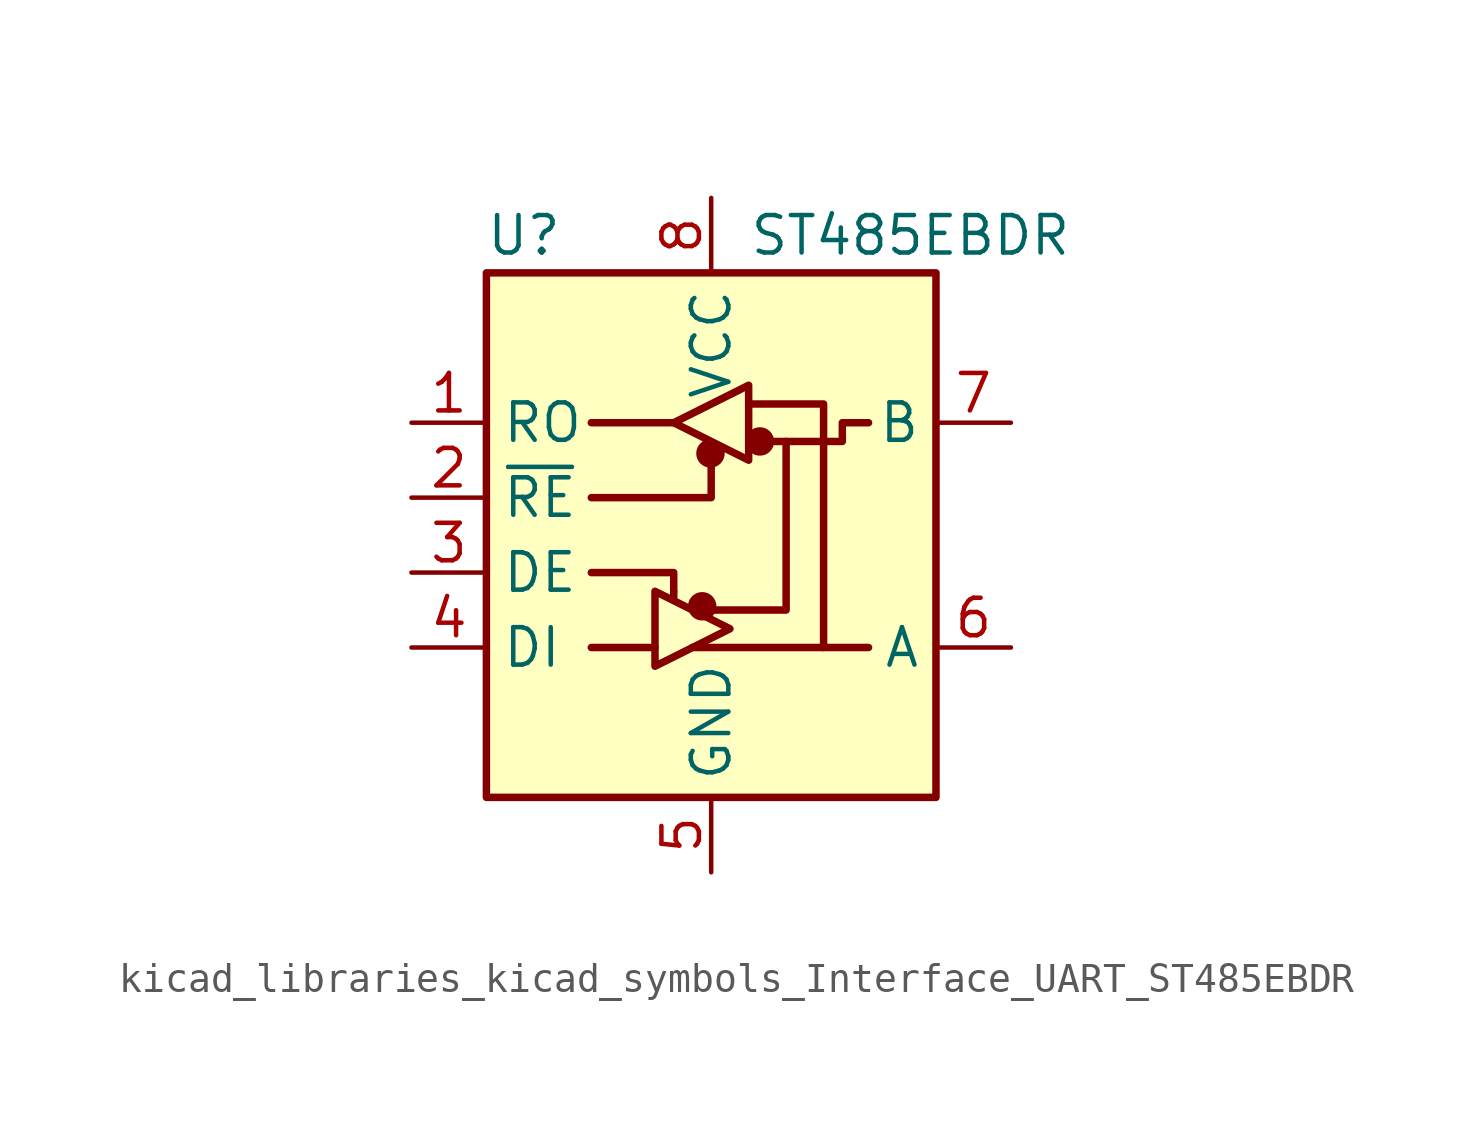
<source format=kicad_sym>
(kicad_symbol_lib
  (version 20220914)
  (generator kicad_symbol_editor)
  (symbol "kicad_libraries_kicad_symbols_Interface_UART_ST485EBDR"
    (property "Reference" "U"
      (at -6.35 8.89 0)
      (effects (font (size 1.27 1.27))))
    (property "Value" "ST485EBDR"
      (at 1.27 8.89 0)
      (effects (font (size 1.27 1.27)) (justify left)))
    (symbol "kicad_libraries_kicad_symbols_Interface_UART_ST485EBDR_0_1"
      (rectangle (start -7.62 7.62) (end 7.62 -10.16) (stroke (width 0.254) (type default)) (fill (type background)))
      (circle (center -0.305 -3.683) (radius 0.356) (stroke (width 0.254) (type default)) (fill (type outline)))
      (circle (center -0.025 1.499) (radius 0.356) (stroke (width 0.254) (type default)) (fill (type outline)))
      (polyline (pts (xy -4.064 -5.08) (xy -1.905 -5.08)) (stroke (width 0.254) (type default)) (fill (type none)))
      (polyline (pts (xy -4.064 2.54) (xy -1.27 2.54)) (stroke (width 0.254) (type default)) (fill (type none)))
      (polyline (pts (xy -1.27 -3.2) (xy -1.27 -3.454)) (stroke (width 0.254) (type default)) (fill (type none)))
      (polyline (pts (xy -0.635 -5.08) (xy 5.334 -5.08)) (stroke (width 0.254) (type default)) (fill (type none)))
      (polyline (pts (xy -4.064 -2.54) (xy -1.27 -2.54) (xy -1.27 -3.175)) (stroke (width 0.254) (type default)) (fill (type none)))
      (polyline (pts (xy 0 1.27) (xy 0 0) (xy -4.064 0)) (stroke (width 0.254) (type default)) (fill (type none)))
      (polyline (pts (xy 1.27 3.175) (xy 3.81 3.175) (xy 3.81 -5.08)) (stroke (width 0.254) (type default)) (fill (type none)))
      (polyline (pts (xy 2.54 1.905) (xy 2.54 -3.81) (xy 0 -3.81)) (stroke (width 0.254) (type default)) (fill (type none)))
      (polyline (pts (xy -1.905 -3.175) (xy -1.905 -5.715) (xy 0.635 -4.445) (xy -1.905 -3.175)) (stroke (width 0.254) (type default)) (fill (type none)))
      (polyline (pts (xy -1.27 2.54) (xy 1.27 3.81) (xy 1.27 1.27) (xy -1.27 2.54)) (stroke (width 0.254) (type default)) (fill (type none)))
      (polyline (pts (xy 1.905 1.905) (xy 4.445 1.905) (xy 4.445 2.54) (xy 5.334 2.54)) (stroke (width 0.254) (type default)) (fill (type none)))
      (rectangle (start 1.27 3.175) (end 1.27 3.175) (stroke (width 0) (type default)) (fill (type none)))
      (circle (center 1.651 1.905) (radius 0.356) (stroke (width 0.254) (type default)) (fill (type outline))))
    (symbol "kicad_libraries_kicad_symbols_Interface_UART_ST485EBDR_1_1"
      (pin output line (at -10.16 2.54 0) (length 2.54) (name "RO" (effects (font (size 1.27 1.27)))) (number "1" (effects (font (size 1.27 1.27)))))
      (pin input line (at -10.16 0 0) (length 2.54) (name "~{RE}" (effects (font (size 1.27 1.27)))) (number "2" (effects (font (size 1.27 1.27)))))
      (pin input line (at -10.16 -2.54 0) (length 2.54) (name "DE" (effects (font (size 1.27 1.27)))) (number "3" (effects (font (size 1.27 1.27)))))
      (pin input line (at -10.16 -5.08 0) (length 2.54) (name "DI" (effects (font (size 1.27 1.27)))) (number "4" (effects (font (size 1.27 1.27)))))
      (pin power_in line (at 0 -12.7 90) (length 2.54) (name "GND" (effects (font (size 1.27 1.27)))) (number "5" (effects (font (size 1.27 1.27)))))
      (pin bidirectional line (at 10.16 -5.08 180) (length 2.54) (name "A" (effects (font (size 1.27 1.27)))) (number "6" (effects (font (size 1.27 1.27)))))
      (pin bidirectional line (at 10.16 2.54 180) (length 2.54) (name "B" (effects (font (size 1.27 1.27)))) (number "7" (effects (font (size 1.27 1.27)))))
      (pin power_in line (at 0 10.16 270) (length 2.54) (name "VCC" (effects (font (size 1.27 1.27)))) (number "8" (effects (font (size 1.27 1.27))))))))
</source>
